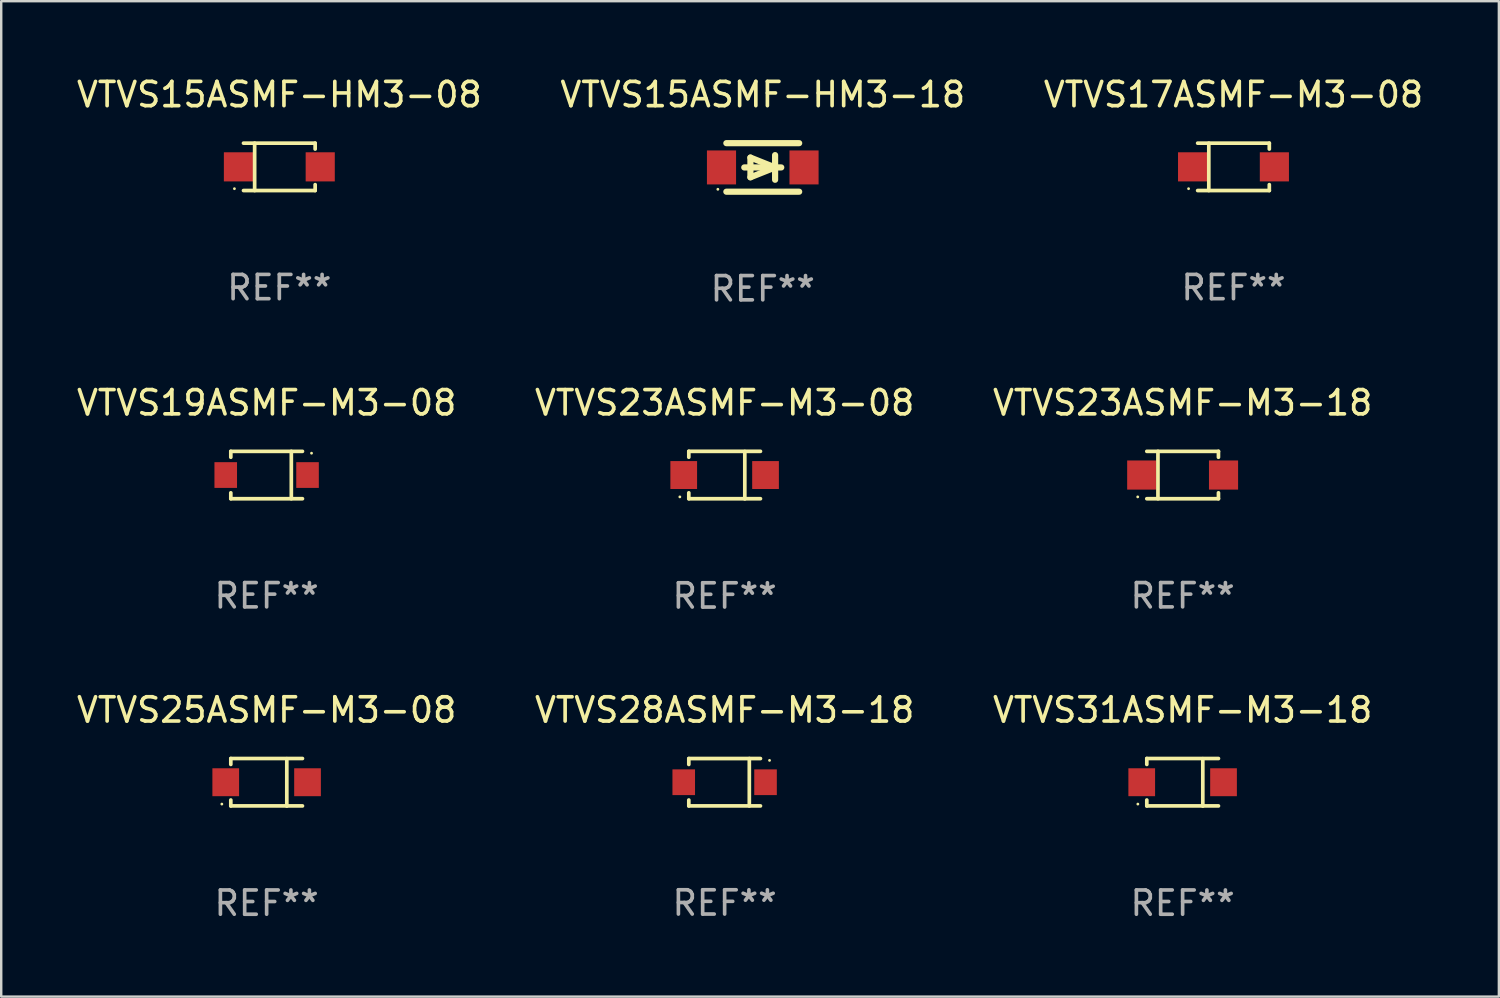
<source format=kicad_pcb>
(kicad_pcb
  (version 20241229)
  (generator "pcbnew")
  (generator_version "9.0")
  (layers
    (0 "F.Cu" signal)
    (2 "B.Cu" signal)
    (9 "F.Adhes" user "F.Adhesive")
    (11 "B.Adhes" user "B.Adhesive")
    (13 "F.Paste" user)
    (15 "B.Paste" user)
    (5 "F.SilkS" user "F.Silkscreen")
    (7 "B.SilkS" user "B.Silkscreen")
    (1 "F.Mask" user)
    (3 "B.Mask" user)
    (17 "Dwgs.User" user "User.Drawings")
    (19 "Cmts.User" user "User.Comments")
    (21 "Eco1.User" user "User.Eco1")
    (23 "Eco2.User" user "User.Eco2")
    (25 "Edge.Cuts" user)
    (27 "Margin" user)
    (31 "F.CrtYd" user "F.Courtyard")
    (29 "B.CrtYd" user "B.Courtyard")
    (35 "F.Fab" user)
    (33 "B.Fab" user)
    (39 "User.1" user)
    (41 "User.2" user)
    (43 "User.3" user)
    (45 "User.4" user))
  (footprint "VTVS15ASMF-HM3-18"
    (layer "F.Cu")
    (at 28.375 3.848)
    (property "Reference" "VTVS15ASMF-HM3-18" (at 0 -3 0) (layer "F.SilkS") (effects (font (size 1 1) (thickness 0.15))))
    (attr through_hole)
    (fp_line (start -1.5 -1) (end 1.5 -1) (stroke (width 0.254) (type solid)) (layer "F.SilkS"))
    (fp_line (start -1.5 1) (end 1.5 1) (stroke (width 0.254) (type solid)) (layer "F.SilkS"))
    (fp_line (start -0.508 -0.406) (end 0.508 0) (stroke (width 0.254) (type solid)) (layer "F.SilkS"))
    (fp_line (start -0.508 0.406) (end -0.508 -0.406) (stroke (width 0.254) (type solid)) (layer "F.SilkS"))
    (fp_line (start 0.508 0) (end -0.508 0.406) (stroke (width 0.254) (type solid)) (layer "F.SilkS"))
    (fp_line (start 0.508 0.508) (end 0.508 -0.508) (stroke (width 0.254) (type solid)) (layer "F.SilkS"))
    (fp_line (start 0.762 0) (end -0.762 0) (stroke (width 0.254) (type solid)) (layer "F.SilkS"))
    (fp_circle (center -1.85 0.9) (end -1.82 0.9) (stroke (width 0.06) (type solid)) (fill no) (layer "F.SilkS"))
    (fp_text user "REF**" (at 0 5 0) (layer "F.Fab") (effects (font (size 1 1) (thickness 0.15))))
    (pad "1" smd rect (at -1.7 0) (size 1.2 1.4) (layers "F.Cu" "F.Mask" "F.Paste"))
    (pad "2" smd rect (at 1.7 0) (size 1.2 1.4) (layers "F.Cu" "F.Mask" "F.Paste")))
  (footprint "VTVS17ASMF-M3-08"
    (layer "F.Cu")
    (at 47.768 3.824)
    (property "Reference" "VTVS17ASMF-M3-08" (at 0 -2.976 0) (layer "F.SilkS") (effects (font (size 1 1) (thickness 0.15))))
    (attr through_hole)
    (fp_line (start -1.476 -0.976) (end 1.476 -0.976) (stroke (width 0.152) (type solid)) (layer "F.SilkS"))
    (fp_line (start -1.476 0.976) (end 1.476 0.976) (stroke (width 0.152) (type solid)) (layer "F.SilkS"))
    (fp_line (start -1.017 -0.976) (end -1.017 0.976) (stroke (width 0.152) (type solid)) (layer "F.SilkS"))
    (fp_line (start 1.476 -0.976) (end 1.476 -0.733) (stroke (width 0.152) (type solid)) (layer "F.SilkS"))
    (fp_line (start 1.476 0.976) (end 1.476 0.733) (stroke (width 0.152) (type solid)) (layer "F.SilkS"))
    (fp_circle (center -1.85 0.9) (end -1.82 0.9) (stroke (width 0.06) (type solid)) (fill no) (layer "F.SilkS"))
    (fp_text user "REF**" (at 0 4.976 0) (layer "F.Fab") (effects (font (size 1 1) (thickness 0.15))))
    (pad "1" smd rect (at -1.685 0) (size 1.2 1.2) (layers "F.Cu" "F.Mask" "F.Paste"))
    (pad "2" smd rect (at 1.685 0) (size 1.2 1.2) (layers "F.Cu" "F.Mask" "F.Paste")))
  (footprint "VTVS23ASMF-M3-08"
    (layer "F.Cu")
    (at 26.804 16.524)
    (property "Reference" "VTVS23ASMF-M3-08" (at 0 -2.98 0) (layer "F.SilkS") (effects (font (size 1 1) (thickness 0.15))))
    (attr through_hole)
    (fp_line (start -1.476 -0.98) (end -1.476 -0.737) (stroke (width 0.152) (type solid)) (layer "F.SilkS"))
    (fp_line (start -1.476 0.973) (end -1.476 0.73) (stroke (width 0.152) (type solid)) (layer "F.SilkS"))
    (fp_line (start 0.831 0.98) (end 0.831 -0.973) (stroke (width 0.152) (type solid)) (layer "F.SilkS"))
    (fp_line (start 1.476 -0.98) (end -1.476 -0.98) (stroke (width 0.152) (type solid)) (layer "F.SilkS"))
    (fp_line (start 1.476 0.973) (end -1.476 0.973) (stroke (width 0.152) (type solid)) (layer "F.SilkS"))
    (fp_circle (center -1.845 0.897) (end -1.815 0.897) (stroke (width 0.06) (type solid)) (fill no) (layer "F.SilkS"))
    (fp_text user "REF**" (at 0 4.98 0) (layer "F.Fab") (effects (font (size 1 1) (thickness 0.15))))
    (pad "1" smd rect (at -1.685 -0.003) (size 1.1 1.15) (layers "F.Cu" "F.Mask" "F.Paste"))
    (pad "2" smd rect (at 1.685 -0.003) (size 1.1 1.15) (layers "F.Cu" "F.Mask" "F.Paste")))
  (footprint "VTVS15ASMF-HM3-08"
    (layer "F.Cu")
    (at 8.458 3.824)
    (property "Reference" "VTVS15ASMF-HM3-08" (at 0 -2.976 0) (layer "F.SilkS") (effects (font (size 1 1) (thickness 0.15))))
    (attr through_hole)
    (fp_line (start -1.476 -0.976) (end 1.476 -0.976) (stroke (width 0.152) (type solid)) (layer "F.SilkS"))
    (fp_line (start -1.476 0.976) (end 1.476 0.976) (stroke (width 0.152) (type solid)) (layer "F.SilkS"))
    (fp_line (start -1.017 -0.976) (end -1.017 0.976) (stroke (width 0.152) (type solid)) (layer "F.SilkS"))
    (fp_line (start 1.476 -0.976) (end 1.476 -0.733) (stroke (width 0.152) (type solid)) (layer "F.SilkS"))
    (fp_line (start 1.476 0.976) (end 1.476 0.733) (stroke (width 0.152) (type solid)) (layer "F.SilkS"))
    (fp_circle (center -1.85 0.9) (end -1.82 0.9) (stroke (width 0.06) (type solid)) (fill no) (layer "F.SilkS"))
    (fp_text user "REF**" (at 0 4.976 0) (layer "F.Fab") (effects (font (size 1 1) (thickness 0.15))))
    (pad "1" smd rect (at -1.685 0) (size 1.2 1.2) (layers "F.Cu" "F.Mask" "F.Paste"))
    (pad "2" smd rect (at 1.685 0) (size 1.2 1.2) (layers "F.Cu" "F.Mask" "F.Paste")))
  (footprint "VTVS28ASMF-M3-18"
    (layer "F.Cu")
    (at 26.804 29.177)
    (property "Reference" "VTVS28ASMF-M3-18" (at 0 -2.976 0) (layer "F.SilkS") (effects (font (size 1 1) (thickness 0.15))))
    (attr through_hole)
    (fp_line (start -1.476 -0.976) (end -1.476 -0.733) (stroke (width 0.152) (type solid)) (layer "F.SilkS"))
    (fp_line (start -1.476 0.976) (end -1.476 0.733) (stroke (width 0.152) (type solid)) (layer "F.SilkS"))
    (fp_line (start 1.017 0.976) (end 1.017 -0.976) (stroke (width 0.152) (type solid)) (layer "F.SilkS"))
    (fp_line (start 1.476 -0.976) (end -1.476 -0.976) (stroke (width 0.152) (type solid)) (layer "F.SilkS"))
    (fp_line (start 1.476 0.976) (end -1.476 0.976) (stroke (width 0.152) (type solid)) (layer "F.SilkS"))
    (fp_circle (center 1.85 -0.9) (end 1.88 -0.9) (stroke (width 0.06) (type solid)) (fill no) (layer "F.SilkS"))
    (fp_text user "REF**" (at 0 4.976 0) (layer "F.Fab") (effects (font (size 1 1) (thickness 0.15))))
    (pad "1" smd rect (at 1.685 0 180) (size 0.93 1.06) (layers "F.Cu" "F.Mask" "F.Paste"))
    (pad "2" smd rect (at -1.685 0 180) (size 0.93 1.06) (layers "F.Cu" "F.Mask" "F.Paste")))
  (footprint "VTVS31ASMF-M3-18"
    (layer "F.Cu")
    (at 45.673 29.18)
    (property "Reference" "VTVS31ASMF-M3-18" (at 0 -2.98 0) (layer "F.SilkS") (effects (font (size 1 1) (thickness 0.15))))
    (attr through_hole)
    (fp_line (start -1.476 -0.98) (end -1.476 -0.737) (stroke (width 0.152) (type solid)) (layer "F.SilkS"))
    (fp_line (start -1.476 0.973) (end -1.476 0.73) (stroke (width 0.152) (type solid)) (layer "F.SilkS"))
    (fp_line (start 0.831 0.98) (end 0.831 -0.973) (stroke (width 0.152) (type solid)) (layer "F.SilkS"))
    (fp_line (start 1.476 -0.98) (end -1.476 -0.98) (stroke (width 0.152) (type solid)) (layer "F.SilkS"))
    (fp_line (start 1.476 0.973) (end -1.476 0.973) (stroke (width 0.152) (type solid)) (layer "F.SilkS"))
    (fp_circle (center -1.845 0.897) (end -1.815 0.897) (stroke (width 0.06) (type solid)) (fill no) (layer "F.SilkS"))
    (fp_text user "REF**" (at 0 4.98 0) (layer "F.Fab") (effects (font (size 1 1) (thickness 0.15))))
    (pad "1" smd rect (at -1.685 -0.003) (size 1.1 1.15) (layers "F.Cu" "F.Mask" "F.Paste"))
    (pad "2" smd rect (at 1.685 -0.003) (size 1.1 1.15) (layers "F.Cu" "F.Mask" "F.Paste")))
  (footprint "VTVS19ASMF-M3-08"
    (layer "F.Cu")
    (at 7.935 16.521)
    (property "Reference" "VTVS19ASMF-M3-08" (at 0 -2.976 0) (layer "F.SilkS") (effects (font (size 1 1) (thickness 0.15))))
    (attr through_hole)
    (fp_line (start -1.476 -0.976) (end -1.476 -0.733) (stroke (width 0.152) (type solid)) (layer "F.SilkS"))
    (fp_line (start -1.476 0.976) (end -1.476 0.733) (stroke (width 0.152) (type solid)) (layer "F.SilkS"))
    (fp_line (start 1.017 0.976) (end 1.017 -0.976) (stroke (width 0.152) (type solid)) (layer "F.SilkS"))
    (fp_line (start 1.476 -0.976) (end -1.476 -0.976) (stroke (width 0.152) (type solid)) (layer "F.SilkS"))
    (fp_line (start 1.476 0.976) (end -1.476 0.976) (stroke (width 0.152) (type solid)) (layer "F.SilkS"))
    (fp_circle (center 1.85 -0.9) (end 1.88 -0.9) (stroke (width 0.06) (type solid)) (fill no) (layer "F.SilkS"))
    (fp_text user "REF**" (at 0 4.976 0) (layer "F.Fab") (effects (font (size 1 1) (thickness 0.15))))
    (pad "1" smd rect (at 1.685 0 180) (size 0.93 1.06) (layers "F.Cu" "F.Mask" "F.Paste"))
    (pad "2" smd rect (at -1.685 0 180) (size 0.93 1.06) (layers "F.Cu" "F.Mask" "F.Paste")))
  (footprint "VTVS23ASMF-M3-18"
    (layer "F.Cu")
    (at 45.673 16.521)
    (property "Reference" "VTVS23ASMF-M3-18" (at 0 -2.976 0) (layer "F.SilkS") (effects (font (size 1 1) (thickness 0.15))))
    (attr through_hole)
    (fp_line (start -1.476 -0.976) (end 1.476 -0.976) (stroke (width 0.152) (type solid)) (layer "F.SilkS"))
    (fp_line (start -1.476 0.976) (end 1.476 0.976) (stroke (width 0.152) (type solid)) (layer "F.SilkS"))
    (fp_line (start -1.017 -0.976) (end -1.017 0.976) (stroke (width 0.152) (type solid)) (layer "F.SilkS"))
    (fp_line (start 1.476 -0.976) (end 1.476 -0.733) (stroke (width 0.152) (type solid)) (layer "F.SilkS"))
    (fp_line (start 1.476 0.976) (end 1.476 0.733) (stroke (width 0.152) (type solid)) (layer "F.SilkS"))
    (fp_circle (center -1.85 0.9) (end -1.82 0.9) (stroke (width 0.06) (type solid)) (fill no) (layer "F.SilkS"))
    (fp_text user "REF**" (at 0 4.976 0) (layer "F.Fab") (effects (font (size 1 1) (thickness 0.15))))
    (pad "1" smd rect (at -1.685 0) (size 1.2 1.2) (layers "F.Cu" "F.Mask" "F.Paste"))
    (pad "2" smd rect (at 1.685 0) (size 1.2 1.2) (layers "F.Cu" "F.Mask" "F.Paste")))
  (footprint "VTVS25ASMF-M3-08"
    (layer "F.Cu")
    (at 7.935 29.18)
    (property "Reference" "VTVS25ASMF-M3-08" (at 0 -2.98 0) (layer "F.SilkS") (effects (font (size 1 1) (thickness 0.15))))
    (attr through_hole)
    (fp_line (start -1.476 -0.98) (end -1.476 -0.737) (stroke (width 0.152) (type solid)) (layer "F.SilkS"))
    (fp_line (start -1.476 0.973) (end -1.476 0.73) (stroke (width 0.152) (type solid)) (layer "F.SilkS"))
    (fp_line (start 0.831 0.98) (end 0.831 -0.973) (stroke (width 0.152) (type solid)) (layer "F.SilkS"))
    (fp_line (start 1.476 -0.98) (end -1.476 -0.98) (stroke (width 0.152) (type solid)) (layer "F.SilkS"))
    (fp_line (start 1.476 0.973) (end -1.476 0.973) (stroke (width 0.152) (type solid)) (layer "F.SilkS"))
    (fp_circle (center -1.845 0.897) (end -1.815 0.897) (stroke (width 0.06) (type solid)) (fill no) (layer "F.SilkS"))
    (fp_text user "REF**" (at 0 4.98 0) (layer "F.Fab") (effects (font (size 1 1) (thickness 0.15))))
    (pad "1" smd rect (at -1.685 -0.003) (size 1.1 1.15) (layers "F.Cu" "F.Mask" "F.Paste"))
    (pad "2" smd rect (at 1.685 -0.003) (size 1.1 1.15) (layers "F.Cu" "F.Mask" "F.Paste")))
  (gr_rect
    (start -3 -3)
    (end 58.702 38.008)
    (stroke (width 0.1) (type default))
    (fill no)
    (layer "Edge.Cuts")))
</source>
